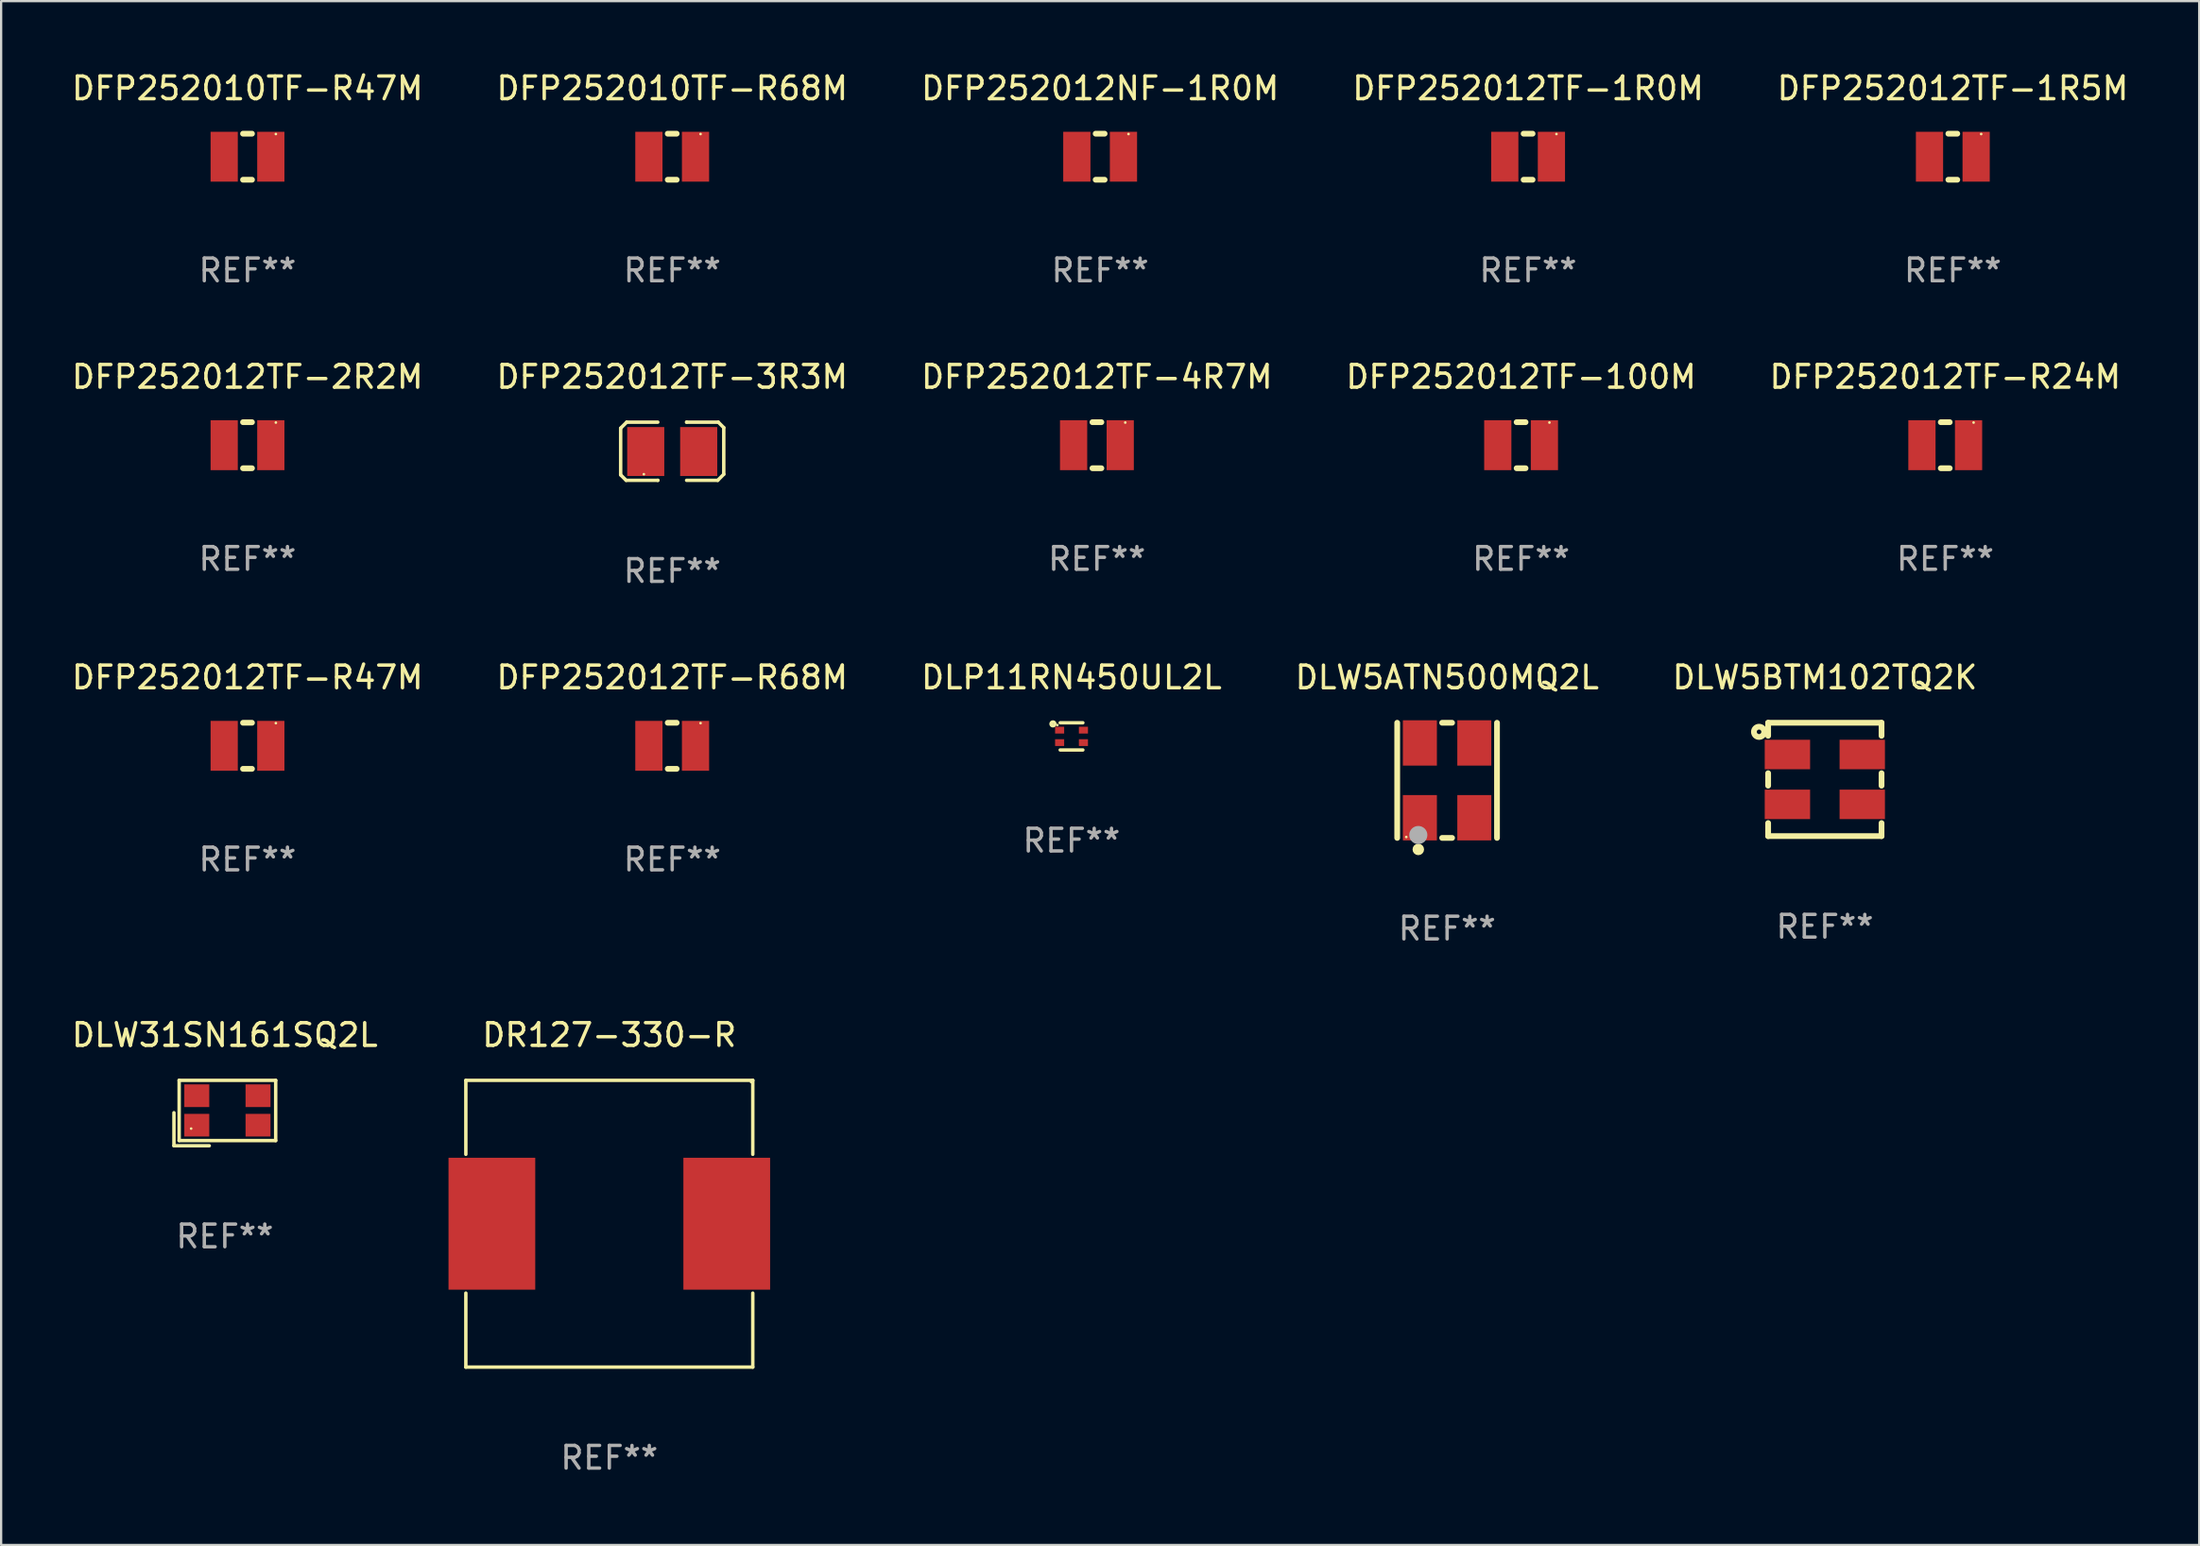
<source format=kicad_pcb>
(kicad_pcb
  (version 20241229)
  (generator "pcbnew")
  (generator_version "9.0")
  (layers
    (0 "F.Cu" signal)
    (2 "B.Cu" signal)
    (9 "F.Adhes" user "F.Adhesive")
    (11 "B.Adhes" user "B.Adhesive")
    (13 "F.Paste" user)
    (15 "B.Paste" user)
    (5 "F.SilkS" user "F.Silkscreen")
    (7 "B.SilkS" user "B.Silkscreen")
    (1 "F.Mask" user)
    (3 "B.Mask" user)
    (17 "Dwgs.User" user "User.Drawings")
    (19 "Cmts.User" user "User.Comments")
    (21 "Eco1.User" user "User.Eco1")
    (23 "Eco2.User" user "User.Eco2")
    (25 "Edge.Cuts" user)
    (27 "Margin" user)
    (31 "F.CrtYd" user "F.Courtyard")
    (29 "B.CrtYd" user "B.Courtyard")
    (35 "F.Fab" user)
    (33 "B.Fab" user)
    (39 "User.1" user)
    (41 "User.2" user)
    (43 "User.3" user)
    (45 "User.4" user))
  (footprint "DFP252012TF-100M"
    (layer "F.Cu")
    (at 64.018 16.593)
    (property "Reference" "DFP252012TF-100M" (at 0 -3.016 0) (layer "F.SilkS") (effects (font (size 1 1) (thickness 0.15))))
    (attr through_hole)
    (fp_line (start -0.197 1.016) (end 0.197 1.016) (stroke (width 0.254) (type solid)) (layer "F.SilkS"))
    (fp_line (start 0.197 -1.016) (end -0.197 -1.016) (stroke (width 0.254) (type solid)) (layer "F.SilkS"))
    (fp_circle (center 1.25 -1) (end 1.28 -1) (stroke (width 0.06) (type solid)) (fill no) (layer "F.SilkS"))
    (fp_text user "REF**" (at 0 5.016 0) (layer "F.Fab") (effects (font (size 1 1) (thickness 0.15))))
    (pad "1" smd rect (at 1.028 0) (size 1.2 2.2) (layers "F.Cu" "F.Mask" "F.Paste"))
    (pad "2" smd rect (at -1.028 0) (size 1.2 2.2) (layers "F.Cu" "F.Mask" "F.Paste")))
  (footprint "DFP252012TF-1R0M"
    (layer "F.Cu")
    (at 64.327 3.864)
    (property "Reference" "DFP252012TF-1R0M" (at 0 -3.016 0) (layer "F.SilkS") (effects (font (size 1 1) (thickness 0.15))))
    (attr through_hole)
    (fp_line (start -0.197 1.016) (end 0.197 1.016) (stroke (width 0.254) (type solid)) (layer "F.SilkS"))
    (fp_line (start 0.197 -1.016) (end -0.197 -1.016) (stroke (width 0.254) (type solid)) (layer "F.SilkS"))
    (fp_circle (center 1.25 -1) (end 1.28 -1) (stroke (width 0.06) (type solid)) (fill no) (layer "F.SilkS"))
    (fp_text user "REF**" (at 0 5.016 0) (layer "F.Fab") (effects (font (size 1 1) (thickness 0.15))))
    (pad "1" smd rect (at 1.028 0) (size 1.2 2.2) (layers "F.Cu" "F.Mask" "F.Paste"))
    (pad "2" smd rect (at -1.028 0) (size 1.2 2.2) (layers "F.Cu" "F.Mask" "F.Paste")))
  (footprint "DFP252012TF-1R5M"
    (layer "F.Cu")
    (at 83.054 3.864)
    (property "Reference" "DFP252012TF-1R5M" (at 0 -3.016 0) (layer "F.SilkS") (effects (font (size 1 1) (thickness 0.15))))
    (attr through_hole)
    (fp_line (start -0.197 1.016) (end 0.197 1.016) (stroke (width 0.254) (type solid)) (layer "F.SilkS"))
    (fp_line (start 0.197 -1.016) (end -0.197 -1.016) (stroke (width 0.254) (type solid)) (layer "F.SilkS"))
    (fp_circle (center 1.25 -1) (end 1.28 -1) (stroke (width 0.06) (type solid)) (fill no) (layer "F.SilkS"))
    (fp_text user "REF**" (at 0 5.016 0) (layer "F.Fab") (effects (font (size 1 1) (thickness 0.15))))
    (pad "1" smd rect (at 1.028 0) (size 1.2 2.2) (layers "F.Cu" "F.Mask" "F.Paste"))
    (pad "2" smd rect (at -1.028 0) (size 1.2 2.2) (layers "F.Cu" "F.Mask" "F.Paste")))
  (footprint "DLP11RN450UL2L"
    (layer "F.Cu")
    (at 44.196 29.439)
    (property "Reference" "DLP11RN450UL2L" (at 0 -2.6 0) (layer "F.SilkS") (effects (font (size 1 1) (thickness 0.15))))
    (attr through_hole)
    (fp_line (start -0.5 -0.6) (end 0.5 -0.6) (stroke (width 0.15) (type solid)) (layer "F.SilkS"))
    (fp_line (start -0.5 0.6) (end 0.5 0.6) (stroke (width 0.15) (type solid)) (layer "F.SilkS"))
    (fp_circle (center -0.82 -0.55) (end -0.735 -0.55) (stroke (width 0.15) (type solid)) (fill no) (layer "F.SilkS"))
    (fp_circle (center -0.625 -0.5) (end -0.595 -0.5) (stroke (width 0.06) (type solid)) (fill no) (layer "F.SilkS"))
    (fp_text user "REF**" (at 0 4.6 0) (layer "F.Fab") (effects (font (size 1 1) (thickness 0.15))))
    (pad "1" smd rect (at -0.525 -0.275 90) (size 0.3 0.4) (layers "F.Cu" "F.Mask" "F.Paste"))
    (pad "2" smd rect (at 0.525 -0.275 90) (size 0.3 0.4) (layers "F.Cu" "F.Mask" "F.Paste"))
    (pad "3" smd rect (at 0.525 0.275 270) (size 0.3 0.4) (layers "F.Cu" "F.Mask" "F.Paste"))
    (pad "4" smd rect (at -0.525 0.275 90) (size 0.3 0.4) (layers "F.Cu" "F.Mask" "F.Paste")))
  (footprint "DFP252012TF-4R7M"
    (layer "F.Cu")
    (at 45.315 16.593)
    (property "Reference" "DFP252012TF-4R7M" (at 0 -3.016 0) (layer "F.SilkS") (effects (font (size 1 1) (thickness 0.15))))
    (attr through_hole)
    (fp_line (start -0.197 1.016) (end 0.197 1.016) (stroke (width 0.254) (type solid)) (layer "F.SilkS"))
    (fp_line (start 0.197 -1.016) (end -0.197 -1.016) (stroke (width 0.254) (type solid)) (layer "F.SilkS"))
    (fp_circle (center 1.25 -1) (end 1.28 -1) (stroke (width 0.06) (type solid)) (fill no) (layer "F.SilkS"))
    (fp_text user "REF**" (at 0 5.016 0) (layer "F.Fab") (effects (font (size 1 1) (thickness 0.15))))
    (pad "1" smd rect (at 1.028 0) (size 1.2 2.2) (layers "F.Cu" "F.Mask" "F.Paste"))
    (pad "2" smd rect (at -1.028 0) (size 1.2 2.2) (layers "F.Cu" "F.Mask" "F.Paste")))
  (footprint "DFP252012NF-1R0M"
    (layer "F.Cu")
    (at 45.458 3.864)
    (property "Reference" "DFP252012NF-1R0M" (at 0 -3.016 0) (layer "F.SilkS") (effects (font (size 1 1) (thickness 0.15))))
    (attr through_hole)
    (fp_line (start -0.197 1.016) (end 0.197 1.016) (stroke (width 0.254) (type solid)) (layer "F.SilkS"))
    (fp_line (start 0.197 -1.016) (end -0.197 -1.016) (stroke (width 0.254) (type solid)) (layer "F.SilkS"))
    (fp_circle (center 1.25 -1) (end 1.28 -1) (stroke (width 0.06) (type solid)) (fill no) (layer "F.SilkS"))
    (fp_text user "REF**" (at 0 5.016 0) (layer "F.Fab") (effects (font (size 1 1) (thickness 0.15))))
    (pad "1" smd rect (at 1.028 0) (size 1.2 2.2) (layers "F.Cu" "F.Mask" "F.Paste"))
    (pad "2" smd rect (at -1.028 0) (size 1.2 2.2) (layers "F.Cu" "F.Mask" "F.Paste")))
  (footprint "DFP252010TF-R47M"
    (layer "F.Cu")
    (at 7.863 3.864)
    (property "Reference" "DFP252010TF-R47M" (at 0 -3.016 0) (layer "F.SilkS") (effects (font (size 1 1) (thickness 0.15))))
    (attr through_hole)
    (fp_line (start -0.197 1.016) (end 0.197 1.016) (stroke (width 0.254) (type solid)) (layer "F.SilkS"))
    (fp_line (start 0.197 -1.016) (end -0.197 -1.016) (stroke (width 0.254) (type solid)) (layer "F.SilkS"))
    (fp_circle (center 1.25 -1) (end 1.28 -1) (stroke (width 0.06) (type solid)) (fill no) (layer "F.SilkS"))
    (fp_text user "REF**" (at 0 5.016 0) (layer "F.Fab") (effects (font (size 1 1) (thickness 0.15))))
    (pad "1" smd rect (at 1.028 0) (size 1.2 2.2) (layers "F.Cu" "F.Mask" "F.Paste"))
    (pad "2" smd rect (at -1.028 0) (size 1.2 2.2) (layers "F.Cu" "F.Mask" "F.Paste")))
  (footprint "DFP252012TF-3R3M"
    (layer "F.Cu")
    (at 26.589 16.859)
    (property "Reference" "DFP252012TF-3R3M" (at 0 -3.283 0) (layer "F.SilkS") (effects (font (size 1 1) (thickness 0.15))))
    (attr through_hole)
    (fp_line (start -2.273 -1.016) (end -2.007 -1.283) (stroke (width 0.152) (type solid)) (layer "F.SilkS"))
    (fp_line (start -2.273 1.041) (end -2.273 -1.016) (stroke (width 0.152) (type solid)) (layer "F.SilkS"))
    (fp_line (start -2.032 1.283) (end -2.273 1.041) (stroke (width 0.152) (type solid)) (layer "F.SilkS"))
    (fp_line (start -2.007 -1.283) (end -0.635 -1.283) (stroke (width 0.152) (type solid)) (layer "F.SilkS"))
    (fp_line (start -0.635 1.283) (end -2.032 1.283) (stroke (width 0.152) (type solid)) (layer "F.SilkS"))
    (fp_line (start -0.635 1.283) (end -0.635 1.283) (stroke (width 0.152) (type solid)) (layer "F.SilkS"))
    (fp_line (start 0.635 -1.283) (end 0.635 -1.283) (stroke (width 0.152) (type solid)) (layer "F.SilkS"))
    (fp_line (start 0.635 -1.283) (end 2.032 -1.283) (stroke (width 0.152) (type solid)) (layer "F.SilkS"))
    (fp_line (start 2.007 1.283) (end 0.635 1.283) (stroke (width 0.152) (type solid)) (layer "F.SilkS"))
    (fp_line (start 2.032 -1.283) (end 2.273 -1.041) (stroke (width 0.152) (type solid)) (layer "F.SilkS"))
    (fp_line (start 2.273 -1.041) (end 2.273 1.016) (stroke (width 0.152) (type solid)) (layer "F.SilkS"))
    (fp_line (start 2.273 1.016) (end 2.007 1.283) (stroke (width 0.152) (type solid)) (layer "F.SilkS"))
    (fp_circle (center -1.25 1.013) (end -1.22 1.013) (stroke (width 0.06) (type solid)) (fill no) (layer "F.SilkS"))
    (fp_text user "REF**" (at 0 5.283 0) (layer "F.Fab") (effects (font (size 1 1) (thickness 0.15))))
    (pad "1" smd rect (at -1.167 0.013) (size 1.635 2.16) (layers "F.Cu" "F.Mask" "F.Paste"))
    (pad "2" smd rect (at 1.168 0.013) (size 1.635 2.16) (layers "F.Cu" "F.Mask" "F.Paste")))
  (footprint "DFP252012TF-R24M"
    (layer "F.Cu")
    (at 82.72 16.593)
    (property "Reference" "DFP252012TF-R24M" (at 0 -3.016 0) (layer "F.SilkS") (effects (font (size 1 1) (thickness 0.15))))
    (attr through_hole)
    (fp_line (start -0.197 1.016) (end 0.197 1.016) (stroke (width 0.254) (type solid)) (layer "F.SilkS"))
    (fp_line (start 0.197 -1.016) (end -0.197 -1.016) (stroke (width 0.254) (type solid)) (layer "F.SilkS"))
    (fp_circle (center 1.25 -1) (end 1.28 -1) (stroke (width 0.06) (type solid)) (fill no) (layer "F.SilkS"))
    (fp_text user "REF**" (at 0 5.016 0) (layer "F.Fab") (effects (font (size 1 1) (thickness 0.15))))
    (pad "1" smd rect (at 1.028 0) (size 1.2 2.2) (layers "F.Cu" "F.Mask" "F.Paste"))
    (pad "2" smd rect (at -1.028 0) (size 1.2 2.2) (layers "F.Cu" "F.Mask" "F.Paste")))
  (footprint "DLW31SN161SQ2L"
    (layer "F.Cu")
    (at 6.863 46.058)
    (property "Reference" "DLW31SN161SQ2L" (at 0 -3.443 0) (layer "F.SilkS") (effects (font (size 1 1) (thickness 0.15))))
    (attr through_hole)
    (fp_line (start -2.243 -0.014) (end -2.243 1.443) (stroke (width 0.152) (type solid)) (layer "F.SilkS"))
    (fp_line (start -2.243 1.443) (end -0.686 1.443) (stroke (width 0.152) (type solid)) (layer "F.SilkS"))
    (fp_line (start -2.014 -1.443) (end 2.243 -1.443) (stroke (width 0.152) (type solid)) (layer "F.SilkS"))
    (fp_line (start -2.014 1.214) (end -2.014 -1.443) (stroke (width 0.152) (type solid)) (layer "F.SilkS"))
    (fp_line (start 2.243 -1.443) (end 2.243 1.214) (stroke (width 0.152) (type solid)) (layer "F.SilkS"))
    (fp_line (start 2.243 1.214) (end -2.014 1.214) (stroke (width 0.152) (type solid)) (layer "F.SilkS"))
    (fp_circle (center -1.486 0.686) (end -1.456 0.686) (stroke (width 0.06) (type solid)) (fill no) (layer "F.SilkS"))
    (fp_text user "REF**" (at 0 5.443 0) (layer "F.Fab") (effects (font (size 1 1) (thickness 0.15))))
    (pad "1" smd rect (at -1.236 0.536) (size 1.1 1) (layers "F.Cu" "F.Mask" "F.Paste"))
    (pad "2" smd rect (at 1.464 0.536) (size 1.1 1) (layers "F.Cu" "F.Mask" "F.Paste"))
    (pad "3" smd rect (at 1.464 -0.764) (size 1.1 1) (layers "F.Cu" "F.Mask" "F.Paste"))
    (pad "4" smd rect (at -1.236 -0.764) (size 1.1 1) (layers "F.Cu" "F.Mask" "F.Paste")))
  (footprint "DLW5BTM102TQ2K"
    (layer "F.Cu")
    (at 77.411 31.339)
    (property "Reference" "DLW5BTM102TQ2K" (at 0 -4.5 0) (layer "F.SilkS") (effects (font (size 1 1) (thickness 0.15))))
    (attr through_hole)
    (fp_line (start -2.5 -2.5) (end 2.5 -2.5) (stroke (width 0.254) (type solid)) (layer "F.SilkS"))
    (fp_line (start -2.5 -1.925) (end -2.5 -2.5) (stroke (width 0.254) (type solid)) (layer "F.SilkS"))
    (fp_line (start -2.5 0.275) (end -2.5 -0.275) (stroke (width 0.254) (type solid)) (layer "F.SilkS"))
    (fp_line (start -2.5 2.5) (end -2.5 1.925) (stroke (width 0.254) (type solid)) (layer "F.SilkS"))
    (fp_line (start 2.5 -2.5) (end 2.5 -1.925) (stroke (width 0.254) (type solid)) (layer "F.SilkS"))
    (fp_line (start 2.5 -0.275) (end 2.5 0.275) (stroke (width 0.254) (type solid)) (layer "F.SilkS"))
    (fp_line (start 2.5 1.925) (end 2.5 2.5) (stroke (width 0.254) (type solid)) (layer "F.SilkS"))
    (fp_line (start 2.5 2.5) (end -2.5 2.5) (stroke (width 0.254) (type solid)) (layer "F.SilkS"))
    (fp_circle (center -2.9 -2.1) (end -2.8 -2.1) (stroke (width 0.254) (type solid)) (fill no) (layer "F.SilkS"))
    (fp_circle (center -2.5 -2.5) (end -2.47 -2.5) (stroke (width 0.06) (type solid)) (fill no) (layer "F.SilkS"))
    (fp_text user "REF**" (at 0 6.5 0) (layer "F.Fab") (effects (font (size 1 1) (thickness 0.15))))
    (pad "1" smd rect (at -1.65 -1.1) (size 2 1.3) (layers "F.Cu" "F.Mask" "F.Paste"))
    (pad "2" smd rect (at -1.65 1.1) (size 2 1.3) (layers "F.Cu" "F.Mask" "F.Paste"))
    (pad "3" smd rect (at 1.65 1.1) (size 2 1.3) (layers "F.Cu" "F.Mask" "F.Paste"))
    (pad "4" smd rect (at 1.65 -1.1) (size 2 1.3) (layers "F.Cu" "F.Mask" "F.Paste")))
  (footprint "DLW5ATN500MQ2L"
    (layer "F.Cu")
    (at 60.756 31.379)
    (property "Reference" "DLW5ATN500MQ2L" (at 0 -4.54 0) (layer "F.SilkS") (effects (font (size 1 1) (thickness 0.15))))
    (attr through_hole)
    (fp_line (start -2.2 -2.54) (end -2.2 2.54) (stroke (width 0.254) (type solid)) (layer "F.SilkS"))
    (fp_line (start -0.219 -2.54) (end 0.219 -2.54) (stroke (width 0.254) (type solid)) (layer "F.SilkS"))
    (fp_line (start -0.219 2.54) (end 0.219 2.54) (stroke (width 0.254) (type solid)) (layer "F.SilkS"))
    (fp_line (start 2.2 -2.54) (end 2.2 2.54) (stroke (width 0.254) (type solid)) (layer "F.SilkS"))
    (fp_circle (center -1.8 2.5) (end -1.77 2.5) (stroke (width 0.06) (type solid)) (fill no) (layer "F.SilkS"))
    (fp_circle (center -1.27 3.048) (end -1.143 3.048) (stroke (width 0.254) (type solid)) (fill no) (layer "F.SilkS"))
    (fp_circle (center -1.27 2.413) (end -1.07 2.413) (stroke (width 0.4) (type solid)) (fill no) (layer "F.Fab"))
    (fp_text user "REF**" (at 0 6.54 0) (layer "F.Fab") (effects (font (size 1 1) (thickness 0.15))))
    (pad "1" smd rect (at -1.2 1.65) (size 1.5 2) (layers "F.Cu" "F.Mask" "F.Paste"))
    (pad "2" smd rect (at 1.2 1.65) (size 1.5 2) (layers "F.Cu" "F.Mask" "F.Paste"))
    (pad "3" smd rect (at 1.2 -1.65) (size 1.5 2) (layers "F.Cu" "F.Mask" "F.Paste"))
    (pad "4" smd rect (at -1.2 -1.65) (size 1.5 2) (layers "F.Cu" "F.Mask" "F.Paste")))
  (footprint "DR127-330-R"
    (layer "F.Cu")
    (at 23.816 50.941)
    (property "Reference" "DR127-330-R" (at 0 -8.326 0) (layer "F.SilkS") (effects (font (size 1 1) (thickness 0.15))))
    (attr through_hole)
    (fp_line (start -6.326 -6.326) (end 6.326 -6.326) (stroke (width 0.152) (type solid)) (layer "F.SilkS"))
    (fp_line (start -6.326 -3.062) (end -6.326 -6.326) (stroke (width 0.152) (type solid)) (layer "F.SilkS"))
    (fp_line (start -6.326 3.062) (end -6.326 6.326) (stroke (width 0.152) (type solid)) (layer "F.SilkS"))
    (fp_line (start -6.326 6.326) (end 6.326 6.326) (stroke (width 0.152) (type solid)) (layer "F.SilkS"))
    (fp_line (start 6.326 -6.326) (end 6.326 -3.062) (stroke (width 0.152) (type solid)) (layer "F.SilkS"))
    (fp_line (start 6.326 6.326) (end 6.326 3.062) (stroke (width 0.152) (type solid)) (layer "F.SilkS"))
    (fp_circle (center 6.25 -6.25) (end 6.28 -6.25) (stroke (width 0.06) (type solid)) (fill no) (layer "F.SilkS"))
    (fp_text user "REF**" (at 0 10.326 0) (layer "F.Fab") (effects (font (size 1 1) (thickness 0.15))))
    (pad "1" smd rect (at 5.178 0) (size 3.824 5.82) (layers "F.Cu" "F.Mask" "F.Paste"))
    (pad "2" smd rect (at -5.178 0) (size 3.824 5.82) (layers "F.Cu" "F.Mask" "F.Paste")))
  (footprint "DFP252012TF-2R2M"
    (layer "F.Cu")
    (at 7.863 16.593)
    (property "Reference" "DFP252012TF-2R2M" (at 0 -3.016 0) (layer "F.SilkS") (effects (font (size 1 1) (thickness 0.15))))
    (attr through_hole)
    (fp_line (start -0.197 1.016) (end 0.197 1.016) (stroke (width 0.254) (type solid)) (layer "F.SilkS"))
    (fp_line (start 0.197 -1.016) (end -0.197 -1.016) (stroke (width 0.254) (type solid)) (layer "F.SilkS"))
    (fp_circle (center 1.25 -1) (end 1.28 -1) (stroke (width 0.06) (type solid)) (fill no) (layer "F.SilkS"))
    (fp_text user "REF**" (at 0 5.016 0) (layer "F.Fab") (effects (font (size 1 1) (thickness 0.15))))
    (pad "1" smd rect (at 1.028 0) (size 1.2 2.2) (layers "F.Cu" "F.Mask" "F.Paste"))
    (pad "2" smd rect (at -1.028 0) (size 1.2 2.2) (layers "F.Cu" "F.Mask" "F.Paste")))
  (footprint "DFP252012TF-R68M"
    (layer "F.Cu")
    (at 26.589 29.855)
    (property "Reference" "DFP252012TF-R68M" (at 0 -3.016 0) (layer "F.SilkS") (effects (font (size 1 1) (thickness 0.15))))
    (attr through_hole)
    (fp_line (start -0.197 1.016) (end 0.197 1.016) (stroke (width 0.254) (type solid)) (layer "F.SilkS"))
    (fp_line (start 0.197 -1.016) (end -0.197 -1.016) (stroke (width 0.254) (type solid)) (layer "F.SilkS"))
    (fp_circle (center 1.25 -1) (end 1.28 -1) (stroke (width 0.06) (type solid)) (fill no) (layer "F.SilkS"))
    (fp_text user "REF**" (at 0 5.016 0) (layer "F.Fab") (effects (font (size 1 1) (thickness 0.15))))
    (pad "1" smd rect (at 1.028 0) (size 1.2 2.2) (layers "F.Cu" "F.Mask" "F.Paste"))
    (pad "2" smd rect (at -1.028 0) (size 1.2 2.2) (layers "F.Cu" "F.Mask" "F.Paste")))
  (footprint "DFP252010TF-R68M"
    (layer "F.Cu")
    (at 26.589 3.864)
    (property "Reference" "DFP252010TF-R68M" (at 0 -3.016 0) (layer "F.SilkS") (effects (font (size 1 1) (thickness 0.15))))
    (attr through_hole)
    (fp_line (start -0.197 1.016) (end 0.197 1.016) (stroke (width 0.254) (type solid)) (layer "F.SilkS"))
    (fp_line (start 0.197 -1.016) (end -0.197 -1.016) (stroke (width 0.254) (type solid)) (layer "F.SilkS"))
    (fp_circle (center 1.25 -1) (end 1.28 -1) (stroke (width 0.06) (type solid)) (fill no) (layer "F.SilkS"))
    (fp_text user "REF**" (at 0 5.016 0) (layer "F.Fab") (effects (font (size 1 1) (thickness 0.15))))
    (pad "1" smd rect (at 1.028 0) (size 1.2 2.2) (layers "F.Cu" "F.Mask" "F.Paste"))
    (pad "2" smd rect (at -1.028 0) (size 1.2 2.2) (layers "F.Cu" "F.Mask" "F.Paste")))
  (footprint "DFP252012TF-R47M"
    (layer "F.Cu")
    (at 7.863 29.855)
    (property "Reference" "DFP252012TF-R47M" (at 0 -3.016 0) (layer "F.SilkS") (effects (font (size 1 1) (thickness 0.15))))
    (attr through_hole)
    (fp_line (start -0.197 1.016) (end 0.197 1.016) (stroke (width 0.254) (type solid)) (layer "F.SilkS"))
    (fp_line (start 0.197 -1.016) (end -0.197 -1.016) (stroke (width 0.254) (type solid)) (layer "F.SilkS"))
    (fp_circle (center 1.25 -1) (end 1.28 -1) (stroke (width 0.06) (type solid)) (fill no) (layer "F.SilkS"))
    (fp_text user "REF**" (at 0 5.016 0) (layer "F.Fab") (effects (font (size 1 1) (thickness 0.15))))
    (pad "1" smd rect (at 1.028 0) (size 1.2 2.2) (layers "F.Cu" "F.Mask" "F.Paste"))
    (pad "2" smd rect (at -1.028 0) (size 1.2 2.2) (layers "F.Cu" "F.Mask" "F.Paste")))
  (gr_rect
    (start -3 -3)
    (end 93.917 65.116)
    (stroke (width 0.1) (type default))
    (fill no)
    (layer "Edge.Cuts")))
</source>
